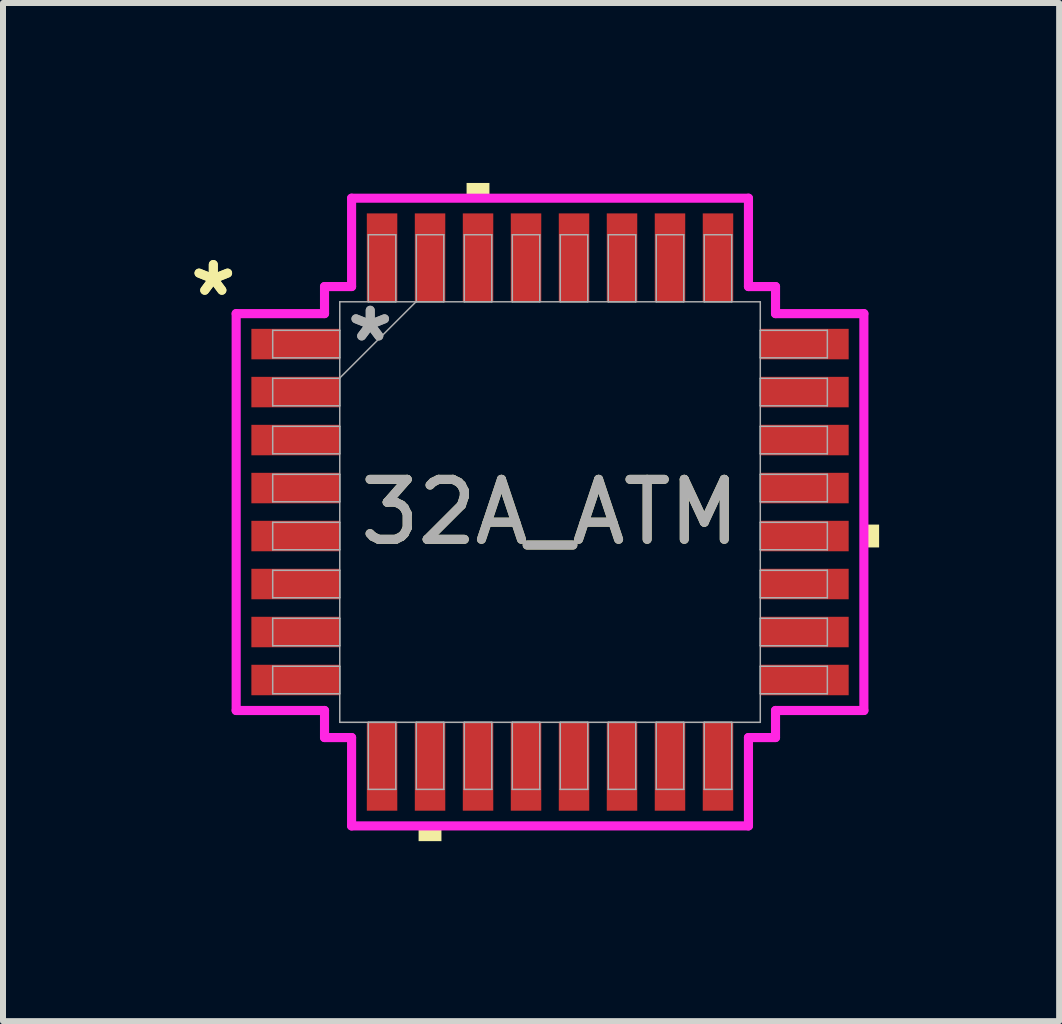
<source format=kicad_pcb>
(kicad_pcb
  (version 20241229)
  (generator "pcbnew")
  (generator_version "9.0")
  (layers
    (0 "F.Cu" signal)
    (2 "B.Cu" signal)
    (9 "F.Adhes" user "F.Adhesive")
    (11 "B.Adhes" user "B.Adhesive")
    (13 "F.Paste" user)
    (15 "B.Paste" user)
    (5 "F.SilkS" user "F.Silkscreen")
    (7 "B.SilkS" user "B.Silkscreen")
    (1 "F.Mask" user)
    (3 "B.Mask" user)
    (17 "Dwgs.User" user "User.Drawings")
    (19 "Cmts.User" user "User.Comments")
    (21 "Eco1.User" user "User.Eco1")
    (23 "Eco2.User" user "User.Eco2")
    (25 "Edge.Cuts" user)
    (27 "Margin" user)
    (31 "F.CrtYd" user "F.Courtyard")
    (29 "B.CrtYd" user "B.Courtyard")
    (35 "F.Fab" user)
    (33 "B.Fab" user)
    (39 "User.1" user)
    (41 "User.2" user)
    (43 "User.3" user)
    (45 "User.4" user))
  (footprint "32A_ATM"
    (layer "F.Cu")
    (at 6.119 5.486)
    (property "Reference" "32A_ATM" (at 0 0 0) (unlocked yes) (layer "F.SilkS") (effects (font (size 1 1) (thickness 0.15))))
    (attr smd)
    (fp_poly (pts (xy -2.191 5.232) (xy -2.191 5.486) (xy -1.81 5.486) (xy -1.81 5.232)) (stroke (width 0) (type solid)) (fill yes) (layer "F.SilkS"))
    (fp_poly (pts (xy -1.391 -5.232) (xy -1.391 -5.486) (xy -1.01 -5.486) (xy -1.01 -5.232)) (stroke (width 0) (type solid)) (fill yes) (layer "F.SilkS"))
    (fp_poly (pts (xy 5.486 0.209) (xy 5.486 0.59) (xy 5.232 0.59) (xy 5.232 0.209)) (stroke (width 0) (type solid)) (fill yes) (layer "F.SilkS"))
    (fp_line (start -5.232 -3.308) (end -3.759 -3.308) (stroke (width 0.152) (type solid)) (layer "F.CrtYd"))
    (fp_line (start -5.232 3.308) (end -5.232 -3.308) (stroke (width 0.152) (type solid)) (layer "F.CrtYd"))
    (fp_line (start -5.232 3.308) (end -3.759 3.308) (stroke (width 0.152) (type solid)) (layer "F.CrtYd"))
    (fp_line (start -3.759 -3.759) (end -3.308 -3.759) (stroke (width 0.152) (type solid)) (layer "F.CrtYd"))
    (fp_line (start -3.759 -3.308) (end -3.759 -3.759) (stroke (width 0.152) (type solid)) (layer "F.CrtYd"))
    (fp_line (start -3.759 3.759) (end -3.759 3.308) (stroke (width 0.152) (type solid)) (layer "F.CrtYd"))
    (fp_line (start -3.308 -5.232) (end 3.308 -5.232) (stroke (width 0.152) (type solid)) (layer "F.CrtYd"))
    (fp_line (start -3.308 -3.759) (end -3.308 -5.232) (stroke (width 0.152) (type solid)) (layer "F.CrtYd"))
    (fp_line (start -3.308 3.759) (end -3.759 3.759) (stroke (width 0.152) (type solid)) (layer "F.CrtYd"))
    (fp_line (start -3.308 5.232) (end -3.308 3.759) (stroke (width 0.152) (type solid)) (layer "F.CrtYd"))
    (fp_line (start 3.308 -5.232) (end 3.308 -3.759) (stroke (width 0.152) (type solid)) (layer "F.CrtYd"))
    (fp_line (start 3.308 -3.759) (end 3.759 -3.759) (stroke (width 0.152) (type solid)) (layer "F.CrtYd"))
    (fp_line (start 3.308 3.759) (end 3.308 5.232) (stroke (width 0.152) (type solid)) (layer "F.CrtYd"))
    (fp_line (start 3.308 5.232) (end -3.308 5.232) (stroke (width 0.152) (type solid)) (layer "F.CrtYd"))
    (fp_line (start 3.759 -3.759) (end 3.759 -3.308) (stroke (width 0.152) (type solid)) (layer "F.CrtYd"))
    (fp_line (start 3.759 -3.308) (end 5.232 -3.308) (stroke (width 0.152) (type solid)) (layer "F.CrtYd"))
    (fp_line (start 3.759 3.308) (end 3.759 3.759) (stroke (width 0.152) (type solid)) (layer "F.CrtYd"))
    (fp_line (start 3.759 3.759) (end 3.308 3.759) (stroke (width 0.152) (type solid)) (layer "F.CrtYd"))
    (fp_line (start 5.232 -3.308) (end 5.232 3.308) (stroke (width 0.152) (type solid)) (layer "F.CrtYd"))
    (fp_line (start 5.232 3.308) (end 3.759 3.308) (stroke (width 0.152) (type solid)) (layer "F.CrtYd"))
    (fp_line (start -4.623 -3.029) (end -4.623 -2.571) (stroke (width 0.025) (type solid)) (layer "F.Fab"))
    (fp_line (start -4.623 -2.571) (end -3.505 -2.571) (stroke (width 0.025) (type solid)) (layer "F.Fab"))
    (fp_line (start -4.623 -2.229) (end -4.623 -1.771) (stroke (width 0.025) (type solid)) (layer "F.Fab"))
    (fp_line (start -4.623 -1.771) (end -3.505 -1.771) (stroke (width 0.025) (type solid)) (layer "F.Fab"))
    (fp_line (start -4.623 -1.429) (end -4.623 -0.971) (stroke (width 0.025) (type solid)) (layer "F.Fab"))
    (fp_line (start -4.623 -0.971) (end -3.505 -0.971) (stroke (width 0.025) (type solid)) (layer "F.Fab"))
    (fp_line (start -4.623 -0.629) (end -4.623 -0.171) (stroke (width 0.025) (type solid)) (layer "F.Fab"))
    (fp_line (start -4.623 -0.171) (end -3.505 -0.171) (stroke (width 0.025) (type solid)) (layer "F.Fab"))
    (fp_line (start -4.623 0.171) (end -4.623 0.629) (stroke (width 0.025) (type solid)) (layer "F.Fab"))
    (fp_line (start -4.623 0.629) (end -3.505 0.629) (stroke (width 0.025) (type solid)) (layer "F.Fab"))
    (fp_line (start -4.623 0.971) (end -4.623 1.429) (stroke (width 0.025) (type solid)) (layer "F.Fab"))
    (fp_line (start -4.623 1.429) (end -3.505 1.429) (stroke (width 0.025) (type solid)) (layer "F.Fab"))
    (fp_line (start -4.623 1.771) (end -4.623 2.229) (stroke (width 0.025) (type solid)) (layer "F.Fab"))
    (fp_line (start -4.623 2.229) (end -3.505 2.229) (stroke (width 0.025) (type solid)) (layer "F.Fab"))
    (fp_line (start -4.623 2.571) (end -4.623 3.029) (stroke (width 0.025) (type solid)) (layer "F.Fab"))
    (fp_line (start -4.623 3.029) (end -3.505 3.029) (stroke (width 0.025) (type solid)) (layer "F.Fab"))
    (fp_line (start -3.505 -3.505) (end -3.505 3.505) (stroke (width 0.025) (type solid)) (layer "F.Fab"))
    (fp_line (start -3.505 -3.029) (end -4.623 -3.029) (stroke (width 0.025) (type solid)) (layer "F.Fab"))
    (fp_line (start -3.505 -2.571) (end -3.505 -3.029) (stroke (width 0.025) (type solid)) (layer "F.Fab"))
    (fp_line (start -3.505 -2.235) (end -2.235 -3.505) (stroke (width 0.025) (type solid)) (layer "F.Fab"))
    (fp_line (start -3.505 -2.229) (end -4.623 -2.229) (stroke (width 0.025) (type solid)) (layer "F.Fab"))
    (fp_line (start -3.505 -1.771) (end -3.505 -2.229) (stroke (width 0.025) (type solid)) (layer "F.Fab"))
    (fp_line (start -3.505 -1.429) (end -4.623 -1.429) (stroke (width 0.025) (type solid)) (layer "F.Fab"))
    (fp_line (start -3.505 -0.971) (end -3.505 -1.429) (stroke (width 0.025) (type solid)) (layer "F.Fab"))
    (fp_line (start -3.505 -0.629) (end -4.623 -0.629) (stroke (width 0.025) (type solid)) (layer "F.Fab"))
    (fp_line (start -3.505 -0.171) (end -3.505 -0.629) (stroke (width 0.025) (type solid)) (layer "F.Fab"))
    (fp_line (start -3.505 0.171) (end -4.623 0.171) (stroke (width 0.025) (type solid)) (layer "F.Fab"))
    (fp_line (start -3.505 0.629) (end -3.505 0.171) (stroke (width 0.025) (type solid)) (layer "F.Fab"))
    (fp_line (start -3.505 0.971) (end -4.623 0.971) (stroke (width 0.025) (type solid)) (layer "F.Fab"))
    (fp_line (start -3.505 1.429) (end -3.505 0.971) (stroke (width 0.025) (type solid)) (layer "F.Fab"))
    (fp_line (start -3.505 1.771) (end -4.623 1.771) (stroke (width 0.025) (type solid)) (layer "F.Fab"))
    (fp_line (start -3.505 2.229) (end -3.505 1.771) (stroke (width 0.025) (type solid)) (layer "F.Fab"))
    (fp_line (start -3.505 2.571) (end -4.623 2.571) (stroke (width 0.025) (type solid)) (layer "F.Fab"))
    (fp_line (start -3.505 3.029) (end -3.505 2.571) (stroke (width 0.025) (type solid)) (layer "F.Fab"))
    (fp_line (start -3.505 3.505) (end 3.505 3.505) (stroke (width 0.025) (type solid)) (layer "F.Fab"))
    (fp_line (start -3.029 -4.623) (end -3.029 -3.505) (stroke (width 0.025) (type solid)) (layer "F.Fab"))
    (fp_line (start -3.029 -3.505) (end -2.571 -3.505) (stroke (width 0.025) (type solid)) (layer "F.Fab"))
    (fp_line (start -3.029 3.505) (end -3.029 4.623) (stroke (width 0.025) (type solid)) (layer "F.Fab"))
    (fp_line (start -3.029 4.623) (end -2.571 4.623) (stroke (width 0.025) (type solid)) (layer "F.Fab"))
    (fp_line (start -2.571 -4.623) (end -3.029 -4.623) (stroke (width 0.025) (type solid)) (layer "F.Fab"))
    (fp_line (start -2.571 -3.505) (end -2.571 -4.623) (stroke (width 0.025) (type solid)) (layer "F.Fab"))
    (fp_line (start -2.571 3.505) (end -3.029 3.505) (stroke (width 0.025) (type solid)) (layer "F.Fab"))
    (fp_line (start -2.571 4.623) (end -2.571 3.505) (stroke (width 0.025) (type solid)) (layer "F.Fab"))
    (fp_line (start -2.229 -4.623) (end -2.229 -3.505) (stroke (width 0.025) (type solid)) (layer "F.Fab"))
    (fp_line (start -2.229 -3.505) (end -1.771 -3.505) (stroke (width 0.025) (type solid)) (layer "F.Fab"))
    (fp_line (start -2.229 3.505) (end -2.229 4.623) (stroke (width 0.025) (type solid)) (layer "F.Fab"))
    (fp_line (start -2.229 4.623) (end -1.771 4.623) (stroke (width 0.025) (type solid)) (layer "F.Fab"))
    (fp_line (start -1.771 -4.623) (end -2.229 -4.623) (stroke (width 0.025) (type solid)) (layer "F.Fab"))
    (fp_line (start -1.771 -3.505) (end -1.771 -4.623) (stroke (width 0.025) (type solid)) (layer "F.Fab"))
    (fp_line (start -1.771 3.505) (end -2.229 3.505) (stroke (width 0.025) (type solid)) (layer "F.Fab"))
    (fp_line (start -1.771 4.623) (end -1.771 3.505) (stroke (width 0.025) (type solid)) (layer "F.Fab"))
    (fp_line (start -1.429 -4.623) (end -1.429 -3.505) (stroke (width 0.025) (type solid)) (layer "F.Fab"))
    (fp_line (start -1.429 -3.505) (end -0.971 -3.505) (stroke (width 0.025) (type solid)) (layer "F.Fab"))
    (fp_line (start -1.429 3.505) (end -1.429 4.623) (stroke (width 0.025) (type solid)) (layer "F.Fab"))
    (fp_line (start -1.429 4.623) (end -0.971 4.623) (stroke (width 0.025) (type solid)) (layer "F.Fab"))
    (fp_line (start -0.971 -4.623) (end -1.429 -4.623) (stroke (width 0.025) (type solid)) (layer "F.Fab"))
    (fp_line (start -0.971 -3.505) (end -0.971 -4.623) (stroke (width 0.025) (type solid)) (layer "F.Fab"))
    (fp_line (start -0.971 3.505) (end -1.429 3.505) (stroke (width 0.025) (type solid)) (layer "F.Fab"))
    (fp_line (start -0.971 4.623) (end -0.971 3.505) (stroke (width 0.025) (type solid)) (layer "F.Fab"))
    (fp_line (start -0.629 -4.623) (end -0.629 -3.505) (stroke (width 0.025) (type solid)) (layer "F.Fab"))
    (fp_line (start -0.629 -3.505) (end -0.171 -3.505) (stroke (width 0.025) (type solid)) (layer "F.Fab"))
    (fp_line (start -0.629 3.505) (end -0.629 4.623) (stroke (width 0.025) (type solid)) (layer "F.Fab"))
    (fp_line (start -0.629 4.623) (end -0.171 4.623) (stroke (width 0.025) (type solid)) (layer "F.Fab"))
    (fp_line (start -0.171 -4.623) (end -0.629 -4.623) (stroke (width 0.025) (type solid)) (layer "F.Fab"))
    (fp_line (start -0.171 -3.505) (end -0.171 -4.623) (stroke (width 0.025) (type solid)) (layer "F.Fab"))
    (fp_line (start -0.171 3.505) (end -0.629 3.505) (stroke (width 0.025) (type solid)) (layer "F.Fab"))
    (fp_line (start -0.171 4.623) (end -0.171 3.505) (stroke (width 0.025) (type solid)) (layer "F.Fab"))
    (fp_line (start 0.171 -4.623) (end 0.171 -3.505) (stroke (width 0.025) (type solid)) (layer "F.Fab"))
    (fp_line (start 0.171 -3.505) (end 0.629 -3.505) (stroke (width 0.025) (type solid)) (layer "F.Fab"))
    (fp_line (start 0.171 3.505) (end 0.171 4.623) (stroke (width 0.025) (type solid)) (layer "F.Fab"))
    (fp_line (start 0.171 4.623) (end 0.629 4.623) (stroke (width 0.025) (type solid)) (layer "F.Fab"))
    (fp_line (start 0.629 -4.623) (end 0.171 -4.623) (stroke (width 0.025) (type solid)) (layer "F.Fab"))
    (fp_line (start 0.629 -3.505) (end 0.629 -4.623) (stroke (width 0.025) (type solid)) (layer "F.Fab"))
    (fp_line (start 0.629 3.505) (end 0.171 3.505) (stroke (width 0.025) (type solid)) (layer "F.Fab"))
    (fp_line (start 0.629 4.623) (end 0.629 3.505) (stroke (width 0.025) (type solid)) (layer "F.Fab"))
    (fp_line (start 0.971 -4.623) (end 0.971 -3.505) (stroke (width 0.025) (type solid)) (layer "F.Fab"))
    (fp_line (start 0.971 -3.505) (end 1.429 -3.505) (stroke (width 0.025) (type solid)) (layer "F.Fab"))
    (fp_line (start 0.971 3.505) (end 0.971 4.623) (stroke (width 0.025) (type solid)) (layer "F.Fab"))
    (fp_line (start 0.971 4.623) (end 1.429 4.623) (stroke (width 0.025) (type solid)) (layer "F.Fab"))
    (fp_line (start 1.429 -4.623) (end 0.971 -4.623) (stroke (width 0.025) (type solid)) (layer "F.Fab"))
    (fp_line (start 1.429 -3.505) (end 1.429 -4.623) (stroke (width 0.025) (type solid)) (layer "F.Fab"))
    (fp_line (start 1.429 3.505) (end 0.971 3.505) (stroke (width 0.025) (type solid)) (layer "F.Fab"))
    (fp_line (start 1.429 4.623) (end 1.429 3.505) (stroke (width 0.025) (type solid)) (layer "F.Fab"))
    (fp_line (start 1.771 -4.623) (end 1.771 -3.505) (stroke (width 0.025) (type solid)) (layer "F.Fab"))
    (fp_line (start 1.771 -3.505) (end 2.229 -3.505) (stroke (width 0.025) (type solid)) (layer "F.Fab"))
    (fp_line (start 1.771 3.505) (end 1.771 4.623) (stroke (width 0.025) (type solid)) (layer "F.Fab"))
    (fp_line (start 1.771 4.623) (end 2.229 4.623) (stroke (width 0.025) (type solid)) (layer "F.Fab"))
    (fp_line (start 2.229 -4.623) (end 1.771 -4.623) (stroke (width 0.025) (type solid)) (layer "F.Fab"))
    (fp_line (start 2.229 -3.505) (end 2.229 -4.623) (stroke (width 0.025) (type solid)) (layer "F.Fab"))
    (fp_line (start 2.229 3.505) (end 1.771 3.505) (stroke (width 0.025) (type solid)) (layer "F.Fab"))
    (fp_line (start 2.229 4.623) (end 2.229 3.505) (stroke (width 0.025) (type solid)) (layer "F.Fab"))
    (fp_line (start 2.571 -4.623) (end 2.571 -3.505) (stroke (width 0.025) (type solid)) (layer "F.Fab"))
    (fp_line (start 2.571 -3.505) (end 3.029 -3.505) (stroke (width 0.025) (type solid)) (layer "F.Fab"))
    (fp_line (start 2.571 3.505) (end 2.571 4.623) (stroke (width 0.025) (type solid)) (layer "F.Fab"))
    (fp_line (start 2.571 4.623) (end 3.029 4.623) (stroke (width 0.025) (type solid)) (layer "F.Fab"))
    (fp_line (start 3.029 -4.623) (end 2.571 -4.623) (stroke (width 0.025) (type solid)) (layer "F.Fab"))
    (fp_line (start 3.029 -3.505) (end 3.029 -4.623) (stroke (width 0.025) (type solid)) (layer "F.Fab"))
    (fp_line (start 3.029 3.505) (end 2.571 3.505) (stroke (width 0.025) (type solid)) (layer "F.Fab"))
    (fp_line (start 3.029 4.623) (end 3.029 3.505) (stroke (width 0.025) (type solid)) (layer "F.Fab"))
    (fp_line (start 3.505 -3.505) (end -3.505 -3.505) (stroke (width 0.025) (type solid)) (layer "F.Fab"))
    (fp_line (start 3.505 -3.029) (end 3.505 -2.571) (stroke (width 0.025) (type solid)) (layer "F.Fab"))
    (fp_line (start 3.505 -2.571) (end 4.623 -2.571) (stroke (width 0.025) (type solid)) (layer "F.Fab"))
    (fp_line (start 3.505 -2.229) (end 3.505 -1.771) (stroke (width 0.025) (type solid)) (layer "F.Fab"))
    (fp_line (start 3.505 -1.771) (end 4.623 -1.771) (stroke (width 0.025) (type solid)) (layer "F.Fab"))
    (fp_line (start 3.505 -1.429) (end 3.505 -0.971) (stroke (width 0.025) (type solid)) (layer "F.Fab"))
    (fp_line (start 3.505 -0.971) (end 4.623 -0.971) (stroke (width 0.025) (type solid)) (layer "F.Fab"))
    (fp_line (start 3.505 -0.629) (end 3.505 -0.171) (stroke (width 0.025) (type solid)) (layer "F.Fab"))
    (fp_line (start 3.505 -0.171) (end 4.623 -0.171) (stroke (width 0.025) (type solid)) (layer "F.Fab"))
    (fp_line (start 3.505 0.171) (end 3.505 0.629) (stroke (width 0.025) (type solid)) (layer "F.Fab"))
    (fp_line (start 3.505 0.629) (end 4.623 0.629) (stroke (width 0.025) (type solid)) (layer "F.Fab"))
    (fp_line (start 3.505 0.971) (end 3.505 1.429) (stroke (width 0.025) (type solid)) (layer "F.Fab"))
    (fp_line (start 3.505 1.429) (end 4.623 1.429) (stroke (width 0.025) (type solid)) (layer "F.Fab"))
    (fp_line (start 3.505 1.771) (end 3.505 2.229) (stroke (width 0.025) (type solid)) (layer "F.Fab"))
    (fp_line (start 3.505 2.229) (end 4.623 2.229) (stroke (width 0.025) (type solid)) (layer "F.Fab"))
    (fp_line (start 3.505 2.571) (end 3.505 3.029) (stroke (width 0.025) (type solid)) (layer "F.Fab"))
    (fp_line (start 3.505 3.029) (end 4.623 3.029) (stroke (width 0.025) (type solid)) (layer "F.Fab"))
    (fp_line (start 3.505 3.505) (end 3.505 -3.505) (stroke (width 0.025) (type solid)) (layer "F.Fab"))
    (fp_line (start 4.623 -3.029) (end 3.505 -3.029) (stroke (width 0.025) (type solid)) (layer "F.Fab"))
    (fp_line (start 4.623 -2.571) (end 4.623 -3.029) (stroke (width 0.025) (type solid)) (layer "F.Fab"))
    (fp_line (start 4.623 -2.229) (end 3.505 -2.229) (stroke (width 0.025) (type solid)) (layer "F.Fab"))
    (fp_line (start 4.623 -1.771) (end 4.623 -2.229) (stroke (width 0.025) (type solid)) (layer "F.Fab"))
    (fp_line (start 4.623 -1.429) (end 3.505 -1.429) (stroke (width 0.025) (type solid)) (layer "F.Fab"))
    (fp_line (start 4.623 -0.971) (end 4.623 -1.429) (stroke (width 0.025) (type solid)) (layer "F.Fab"))
    (fp_line (start 4.623 -0.629) (end 3.505 -0.629) (stroke (width 0.025) (type solid)) (layer "F.Fab"))
    (fp_line (start 4.623 -0.171) (end 4.623 -0.629) (stroke (width 0.025) (type solid)) (layer "F.Fab"))
    (fp_line (start 4.623 0.171) (end 3.505 0.171) (stroke (width 0.025) (type solid)) (layer "F.Fab"))
    (fp_line (start 4.623 0.629) (end 4.623 0.171) (stroke (width 0.025) (type solid)) (layer "F.Fab"))
    (fp_line (start 4.623 0.971) (end 3.505 0.971) (stroke (width 0.025) (type solid)) (layer "F.Fab"))
    (fp_line (start 4.623 1.429) (end 4.623 0.971) (stroke (width 0.025) (type solid)) (layer "F.Fab"))
    (fp_line (start 4.623 1.771) (end 3.505 1.771) (stroke (width 0.025) (type solid)) (layer "F.Fab"))
    (fp_line (start 4.623 2.229) (end 4.623 1.771) (stroke (width 0.025) (type solid)) (layer "F.Fab"))
    (fp_line (start 4.623 2.571) (end 3.505 2.571) (stroke (width 0.025) (type solid)) (layer "F.Fab"))
    (fp_line (start 4.623 3.029) (end 4.623 2.571) (stroke (width 0.025) (type solid)) (layer "F.Fab"))
    (fp_text user "*" (at -5.613 -3.581 0) (layer "F.SilkS") (effects (font (size 1 1) (thickness 0.15))))
    (fp_text user "*" (at -5.613 -3.581 0) (unlocked yes) (layer "F.SilkS") (effects (font (size 1 1) (thickness 0.15))))
    (fp_text user "*" (at -2.997 -2.819 0) (unlocked yes) (layer "F.Fab") (effects (font (size 1 1) (thickness 0.15))))
    (fp_text user "*" (at -2.997 -2.819 0) (layer "F.Fab") (effects (font (size 1 1) (thickness 0.15))))
    (fp_text user "${REFERENCE}" (at 0 0 0) (unlocked yes) (layer "F.Fab") (effects (font (size 1 1) (thickness 0.15))))
    (pad "1" smd rect (at -4.242 -2.8 90) (size 0.508 1.473) (layers "F.Cu" "F.Mask" "F.Paste"))
    (pad "2" smd rect (at -4.242 -2 90) (size 0.508 1.473) (layers "F.Cu" "F.Mask" "F.Paste"))
    (pad "3" smd rect (at -4.242 -1.2 90) (size 0.508 1.473) (layers "F.Cu" "F.Mask" "F.Paste"))
    (pad "4" smd rect (at -4.242 -0.4 90) (size 0.508 1.473) (layers "F.Cu" "F.Mask" "F.Paste"))
    (pad "5" smd rect (at -4.242 0.4 90) (size 0.508 1.473) (layers "F.Cu" "F.Mask" "F.Paste"))
    (pad "6" smd rect (at -4.242 1.2 90) (size 0.508 1.473) (layers "F.Cu" "F.Mask" "F.Paste"))
    (pad "7" smd rect (at -4.242 2 90) (size 0.508 1.473) (layers "F.Cu" "F.Mask" "F.Paste"))
    (pad "8" smd rect (at -4.242 2.8 90) (size 0.508 1.473) (layers "F.Cu" "F.Mask" "F.Paste"))
    (pad "9" smd rect (at -2.8 4.242) (size 0.508 1.473) (layers "F.Cu" "F.Mask" "F.Paste"))
    (pad "10" smd rect (at -2 4.242) (size 0.508 1.473) (layers "F.Cu" "F.Mask" "F.Paste"))
    (pad "11" smd rect (at -1.2 4.242) (size 0.508 1.473) (layers "F.Cu" "F.Mask" "F.Paste"))
    (pad "12" smd rect (at -0.4 4.242) (size 0.508 1.473) (layers "F.Cu" "F.Mask" "F.Paste"))
    (pad "13" smd rect (at 0.4 4.242) (size 0.508 1.473) (layers "F.Cu" "F.Mask" "F.Paste"))
    (pad "14" smd rect (at 1.2 4.242) (size 0.508 1.473) (layers "F.Cu" "F.Mask" "F.Paste"))
    (pad "15" smd rect (at 2 4.242) (size 0.508 1.473) (layers "F.Cu" "F.Mask" "F.Paste"))
    (pad "16" smd rect (at 2.8 4.242) (size 0.508 1.473) (layers "F.Cu" "F.Mask" "F.Paste"))
    (pad "17" smd rect (at 4.242 2.8 90) (size 0.508 1.473) (layers "F.Cu" "F.Mask" "F.Paste"))
    (pad "18" smd rect (at 4.242 2 90) (size 0.508 1.473) (layers "F.Cu" "F.Mask" "F.Paste"))
    (pad "19" smd rect (at 4.242 1.2 90) (size 0.508 1.473) (layers "F.Cu" "F.Mask" "F.Paste"))
    (pad "20" smd rect (at 4.242 0.4 90) (size 0.508 1.473) (layers "F.Cu" "F.Mask" "F.Paste"))
    (pad "21" smd rect (at 4.242 -0.4 90) (size 0.508 1.473) (layers "F.Cu" "F.Mask" "F.Paste"))
    (pad "22" smd rect (at 4.242 -1.2 90) (size 0.508 1.473) (layers "F.Cu" "F.Mask" "F.Paste"))
    (pad "23" smd rect (at 4.242 -2 90) (size 0.508 1.473) (layers "F.Cu" "F.Mask" "F.Paste"))
    (pad "24" smd rect (at 4.242 -2.8 90) (size 0.508 1.473) (layers "F.Cu" "F.Mask" "F.Paste"))
    (pad "25" smd rect (at 2.8 -4.242) (size 0.508 1.473) (layers "F.Cu" "F.Mask" "F.Paste"))
    (pad "26" smd rect (at 2 -4.242) (size 0.508 1.473) (layers "F.Cu" "F.Mask" "F.Paste"))
    (pad "27" smd rect (at 1.2 -4.242) (size 0.508 1.473) (layers "F.Cu" "F.Mask" "F.Paste"))
    (pad "28" smd rect (at 0.4 -4.242) (size 0.508 1.473) (layers "F.Cu" "F.Mask" "F.Paste"))
    (pad "29" smd rect (at -0.4 -4.242) (size 0.508 1.473) (layers "F.Cu" "F.Mask" "F.Paste"))
    (pad "30" smd rect (at -1.2 -4.242) (size 0.508 1.473) (layers "F.Cu" "F.Mask" "F.Paste"))
    (pad "31" smd rect (at -2 -4.242) (size 0.508 1.473) (layers "F.Cu" "F.Mask" "F.Paste"))
    (pad "32" smd rect (at -2.8 -4.242) (size 0.508 1.473) (layers "F.Cu" "F.Mask" "F.Paste")))
  (gr_rect
    (start -3 -3)
    (end 14.606 13.973)
    (stroke (width 0.1) (type default))
    (fill no)
    (layer "Edge.Cuts")))
</source>
